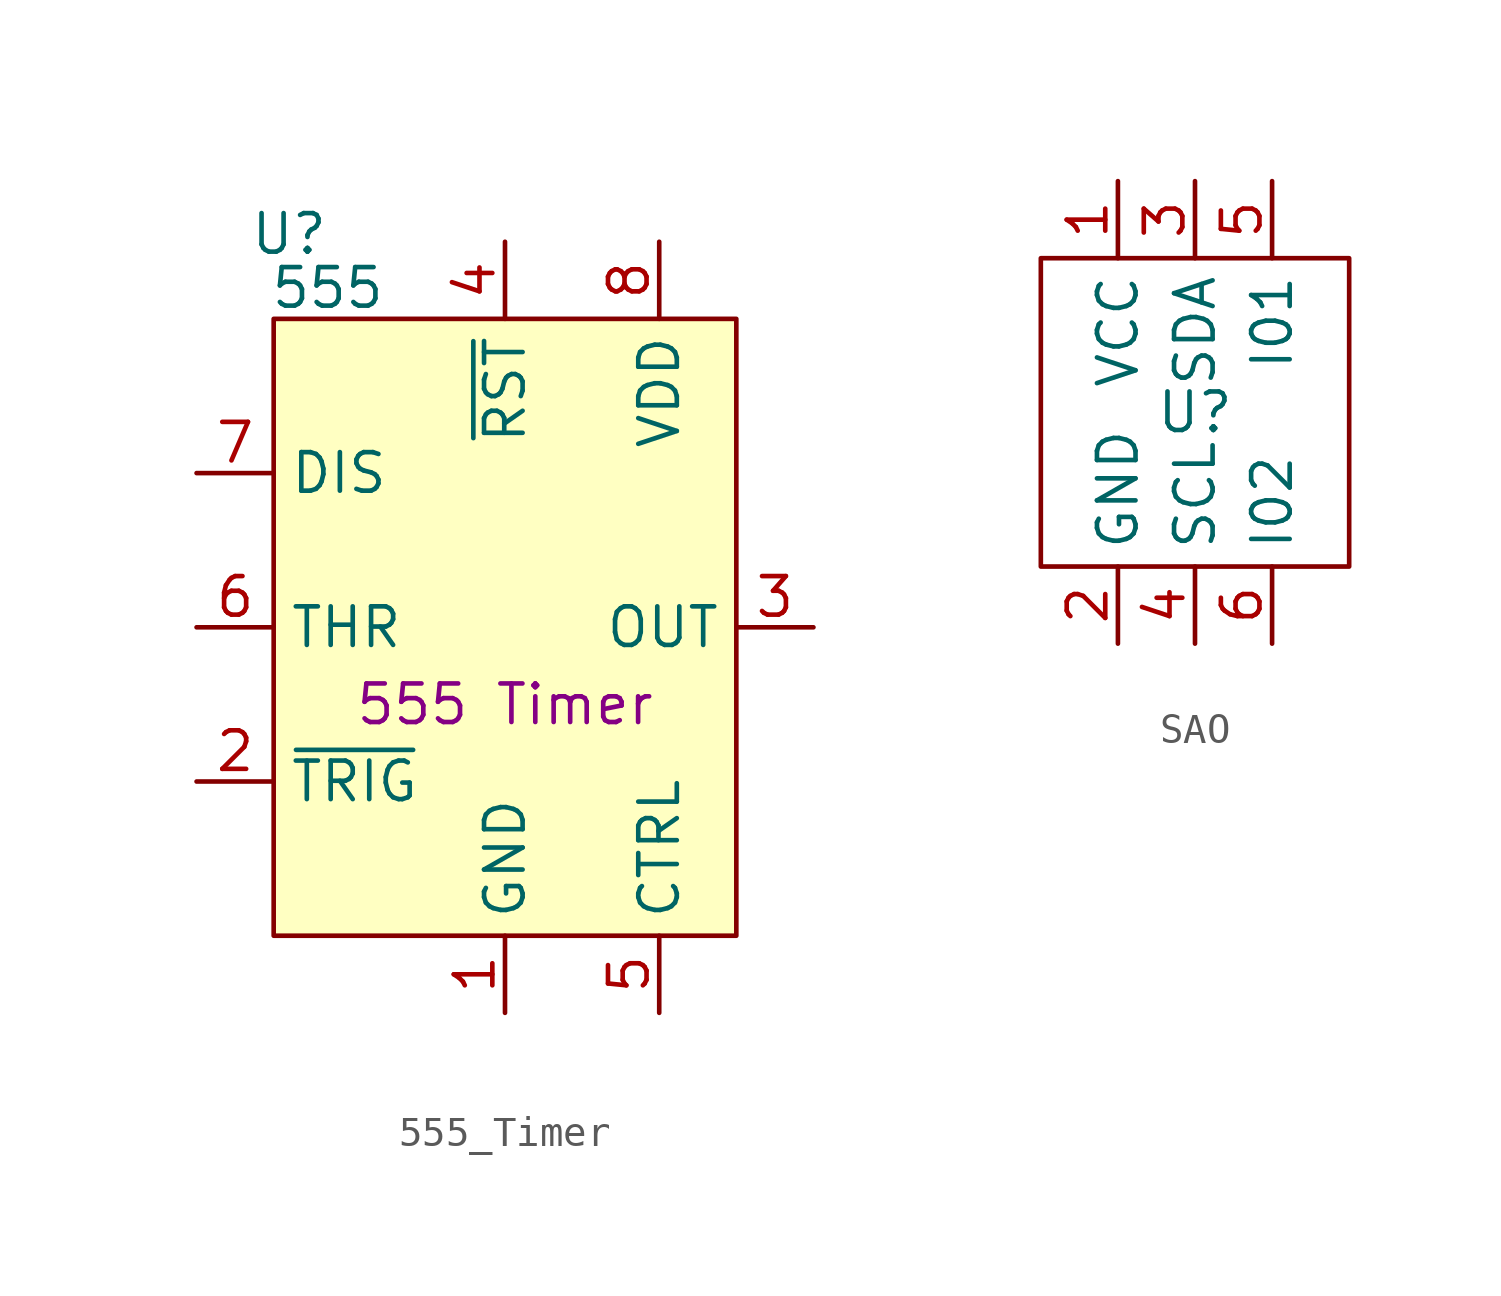
<source format=kicad_sym>
(kicad_symbol_lib
  (version 20231120)
  (generator "kicad_symbol_editor")
  (generator_version "8.0")
  (symbol "555_Timer"
    (property "Reference" "U"
      (at 0.508 23.114 0)
      (effects (font (size 1.27 1.27))))
    (property "Value" "555"
      (at 1.778 21.336 0)
      (effects (font (size 1.27 1.27))))
    (property "Description" "555 Timer"
      (at 7.62 7.62 0)
      (effects (font (size 1.27 1.27))))
    (symbol "555_Timer_0_1"
      (rectangle (start 0 20.32) (end 15.24 0) (stroke (width 0) (type default)) (fill (type background))))
    (symbol "555_Timer_1_1"
      (pin power_in line (at 7.62 -2.54 90) (length 2.54) (name "GND" (effects (font (size 1.27 1.27)))) (number "1" (effects (font (size 1.27 1.27)))))
      (pin bidirectional line (at -2.54 5.08 0) (length 2.54) (name "~{TRIG}" (effects (font (size 1.27 1.27)))) (number "2" (effects (font (size 1.27 1.27)))))
      (pin bidirectional line (at 17.78 10.16 180) (length 2.54) (name "OUT" (effects (font (size 1.27 1.27)))) (number "3" (effects (font (size 1.27 1.27)))))
      (pin bidirectional line (at 7.62 22.86 270) (length 2.54) (name "~{RST}" (effects (font (size 1.27 1.27)))) (number "4" (effects (font (size 1.27 1.27)))))
      (pin bidirectional line (at 12.7 -2.54 90) (length 2.54) (name "CTRL" (effects (font (size 1.27 1.27)))) (number "5" (effects (font (size 1.27 1.27)))))
      (pin bidirectional line (at -2.54 10.16 0) (length 2.54) (name "THR" (effects (font (size 1.27 1.27)))) (number "6" (effects (font (size 1.27 1.27)))))
      (pin bidirectional line (at -2.54 15.24 0) (length 2.54) (name "DIS" (effects (font (size 1.27 1.27)))) (number "7" (effects (font (size 1.27 1.27)))))
      (pin bidirectional line (at 12.7 22.86 270) (length 2.54) (name "VDD" (effects (font (size 1.27 1.27)))) (number "8" (effects (font (size 1.27 1.27)))))))
  (symbol "SAO"
    (property "Reference" "U"
      (at 0 0 0)
      (effects (font (size 1.27 1.27))))
    (property "Value" ""
      (at 0 0 0)
      (effects (font (size 1.27 1.27))))
    (symbol "SAO_0_1"
      (rectangle (start -5.08 5.08) (end 5.08 -5.08) (stroke (width 0) (type default)) (fill (type none))))
    (symbol "SAO_1_1"
      (pin input line (at -2.54 7.62 270) (length 2.54) (name "VCC" (effects (font (size 1.27 1.27)))) (number "1" (effects (font (size 1.27 1.27)))))
      (pin input line (at -2.54 -7.62 90) (length 2.54) (name "GND" (effects (font (size 1.27 1.27)))) (number "2" (effects (font (size 1.27 1.27)))))
      (pin input line (at 0 7.62 270) (length 2.54) (name "SDA" (effects (font (size 1.27 1.27)))) (number "3" (effects (font (size 1.27 1.27)))))
      (pin input line (at 0 -7.62 90) (length 2.54) (name "SCL" (effects (font (size 1.27 1.27)))) (number "4" (effects (font (size 1.27 1.27)))))
      (pin input line (at 2.54 7.62 270) (length 2.54) (name "I01" (effects (font (size 1.27 1.27)))) (number "5" (effects (font (size 1.27 1.27)))))
      (pin input line (at 2.54 -7.62 90) (length 2.54) (name "I02" (effects (font (size 1.27 1.27)))) (number "6" (effects (font (size 1.27 1.27))))))))
</source>
